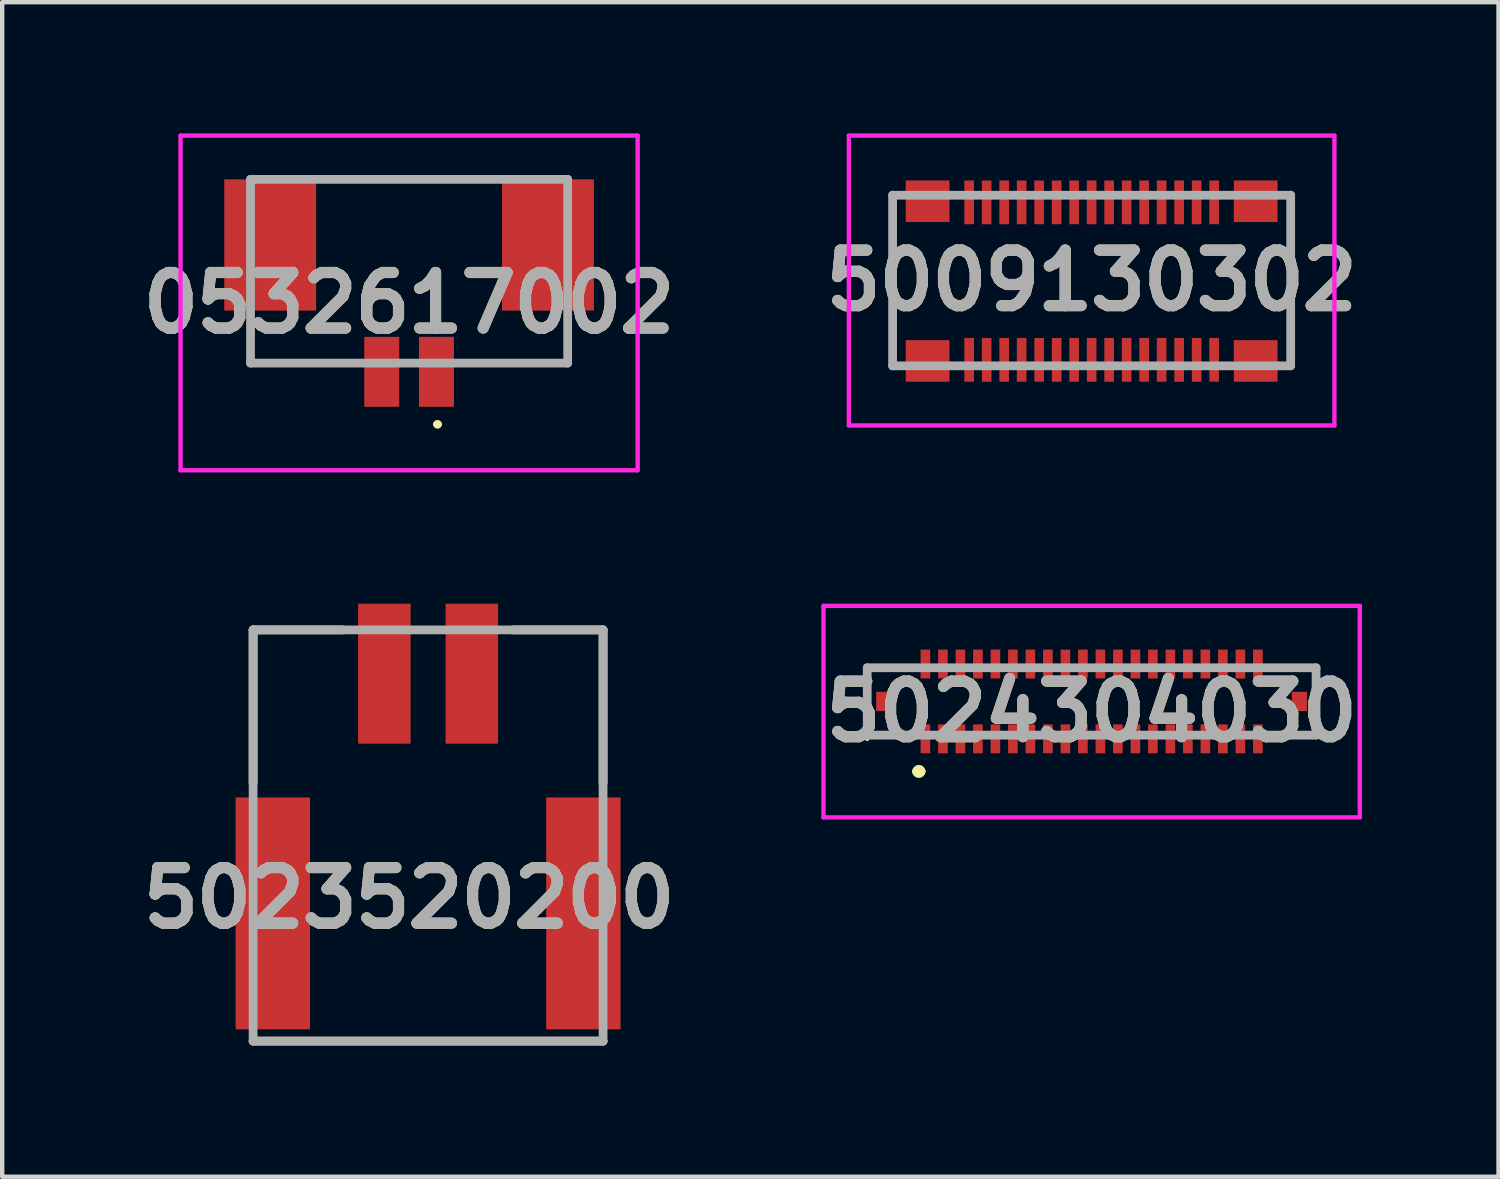
<source format=kicad_pcb>
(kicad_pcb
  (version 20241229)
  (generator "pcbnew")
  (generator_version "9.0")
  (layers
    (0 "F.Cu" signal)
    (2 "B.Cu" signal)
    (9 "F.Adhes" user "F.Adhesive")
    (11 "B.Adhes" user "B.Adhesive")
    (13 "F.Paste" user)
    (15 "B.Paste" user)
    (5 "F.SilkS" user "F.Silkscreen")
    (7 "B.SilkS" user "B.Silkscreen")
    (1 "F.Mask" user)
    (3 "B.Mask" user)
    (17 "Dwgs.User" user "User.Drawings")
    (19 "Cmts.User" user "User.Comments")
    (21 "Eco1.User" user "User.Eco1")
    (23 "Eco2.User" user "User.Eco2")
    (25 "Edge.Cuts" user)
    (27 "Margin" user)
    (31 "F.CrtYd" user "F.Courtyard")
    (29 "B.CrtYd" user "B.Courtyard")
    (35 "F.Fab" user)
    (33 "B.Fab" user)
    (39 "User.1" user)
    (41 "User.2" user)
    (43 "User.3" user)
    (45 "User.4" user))
  (footprint "5024304030"
    (layer "F.Cu")
    (at 21.905 12.985)
    (property "Reference" "5024304030" (at 0 0.232 0) (layer "F.SilkS") (effects (font (size 1.27 1.27) (thickness 0.254))))
    (attr smd)
    (fp_line (start -5.13 -0.77) (end -5.13 0.855) (stroke (width 0.1) (type solid)) (layer "F.SilkS"))
    (fp_line (start -4 -0.77) (end -5.13 -0.77) (stroke (width 0.1) (type solid)) (layer "F.SilkS"))
    (fp_line (start -4 0.77) (end -5.13 0.77) (stroke (width 0.1) (type solid)) (layer "F.SilkS"))
    (fp_line (start -4 1.6) (end -4 1.6) (stroke (width 0.2) (type solid)) (layer "F.SilkS"))
    (fp_line (start -3.9 1.6) (end -3.9 1.6) (stroke (width 0.2) (type solid)) (layer "F.SilkS"))
    (fp_line (start 4 -0.77) (end 5.13 -0.77) (stroke (width 0.1) (type solid)) (layer "F.SilkS"))
    (fp_line (start 5.13 -0.77) (end 5.13 0.77) (stroke (width 0.1) (type solid)) (layer "F.SilkS"))
    (fp_line (start 5.13 0.77) (end 4 0.77) (stroke (width 0.1) (type solid)) (layer "F.SilkS"))
    (fp_arc (start -4 1.6) (mid -3.95 1.55) (end -3.9 1.6) (stroke (width 0.2) (type solid)) (layer "F.SilkS"))
    (fp_arc (start -3.9 1.6) (mid -3.95 1.65) (end -4 1.6) (stroke (width 0.2) (type solid)) (layer "F.SilkS"))
    (fp_line (start -6.13 -2.185) (end 6.13 -2.185) (stroke (width 0.1) (type solid)) (layer "F.CrtYd"))
    (fp_line (start -6.13 2.65) (end -6.13 -2.185) (stroke (width 0.1) (type solid)) (layer "F.CrtYd"))
    (fp_line (start 6.13 -2.185) (end 6.13 2.65) (stroke (width 0.1) (type solid)) (layer "F.CrtYd"))
    (fp_line (start 6.13 2.65) (end -6.13 2.65) (stroke (width 0.1) (type solid)) (layer "F.CrtYd"))
    (fp_line (start -5.13 -0.77) (end 5.13 -0.77) (stroke (width 0.2) (type solid)) (layer "F.Fab"))
    (fp_line (start -5.13 0.77) (end -5.13 -0.77) (stroke (width 0.2) (type solid)) (layer "F.Fab"))
    (fp_line (start 5.13 -0.77) (end 5.13 0.77) (stroke (width 0.2) (type solid)) (layer "F.Fab"))
    (fp_line (start 5.13 0.77) (end -5.13 0.77) (stroke (width 0.2) (type solid)) (layer "F.Fab"))
    (fp_text user "${REFERENCE}" (at 0 0.232 0) (layer "F.Fab") (effects (font (size 1.27 1.27) (thickness 0.254))))
    (pad "1" smd rect (at -3.8 0.855) (size 0.22 0.66) (layers "F.Cu" "F.Mask" "F.Paste"))
    (pad "2" smd rect (at -3.8 -0.855) (size 0.22 0.66) (layers "F.Cu" "F.Mask" "F.Paste"))
    (pad "3" smd rect (at -3.4 0.855) (size 0.22 0.66) (layers "F.Cu" "F.Mask" "F.Paste"))
    (pad "4" smd rect (at -3.4 -0.855) (size 0.22 0.66) (layers "F.Cu" "F.Mask" "F.Paste"))
    (pad "5" smd rect (at -3 0.855) (size 0.22 0.66) (layers "F.Cu" "F.Mask" "F.Paste"))
    (pad "6" smd rect (at -3 -0.855) (size 0.22 0.66) (layers "F.Cu" "F.Mask" "F.Paste"))
    (pad "7" smd rect (at -2.6 0.855) (size 0.22 0.66) (layers "F.Cu" "F.Mask" "F.Paste"))
    (pad "8" smd rect (at -2.6 -0.855) (size 0.22 0.66) (layers "F.Cu" "F.Mask" "F.Paste"))
    (pad "9" smd rect (at -2.2 0.855) (size 0.22 0.66) (layers "F.Cu" "F.Mask" "F.Paste"))
    (pad "10" smd rect (at -2.2 -0.855) (size 0.22 0.66) (layers "F.Cu" "F.Mask" "F.Paste"))
    (pad "11" smd rect (at -1.8 0.855) (size 0.22 0.66) (layers "F.Cu" "F.Mask" "F.Paste"))
    (pad "12" smd rect (at -1.8 -0.855) (size 0.22 0.66) (layers "F.Cu" "F.Mask" "F.Paste"))
    (pad "13" smd rect (at -1.4 0.855) (size 0.22 0.66) (layers "F.Cu" "F.Mask" "F.Paste"))
    (pad "14" smd rect (at -1.4 -0.855) (size 0.22 0.66) (layers "F.Cu" "F.Mask" "F.Paste"))
    (pad "15" smd rect (at -1 0.855) (size 0.22 0.66) (layers "F.Cu" "F.Mask" "F.Paste"))
    (pad "16" smd rect (at -1 -0.855) (size 0.22 0.66) (layers "F.Cu" "F.Mask" "F.Paste"))
    (pad "17" smd rect (at -0.6 0.855) (size 0.22 0.66) (layers "F.Cu" "F.Mask" "F.Paste"))
    (pad "18" smd rect (at -0.6 -0.855) (size 0.22 0.66) (layers "F.Cu" "F.Mask" "F.Paste"))
    (pad "19" smd rect (at -0.2 0.855) (size 0.22 0.66) (layers "F.Cu" "F.Mask" "F.Paste"))
    (pad "20" smd rect (at -0.2 -0.855) (size 0.22 0.66) (layers "F.Cu" "F.Mask" "F.Paste"))
    (pad "21" smd rect (at 0.2 0.855) (size 0.22 0.66) (layers "F.Cu" "F.Mask" "F.Paste"))
    (pad "22" smd rect (at 0.2 -0.855) (size 0.22 0.66) (layers "F.Cu" "F.Mask" "F.Paste"))
    (pad "23" smd rect (at 0.6 0.855) (size 0.22 0.66) (layers "F.Cu" "F.Mask" "F.Paste"))
    (pad "24" smd rect (at 0.6 -0.855) (size 0.22 0.66) (layers "F.Cu" "F.Mask" "F.Paste"))
    (pad "25" smd rect (at 1 0.855) (size 0.22 0.66) (layers "F.Cu" "F.Mask" "F.Paste"))
    (pad "26" smd rect (at 1 -0.855) (size 0.22 0.66) (layers "F.Cu" "F.Mask" "F.Paste"))
    (pad "27" smd rect (at 1.4 0.855) (size 0.22 0.66) (layers "F.Cu" "F.Mask" "F.Paste"))
    (pad "28" smd rect (at 1.4 -0.855) (size 0.22 0.66) (layers "F.Cu" "F.Mask" "F.Paste"))
    (pad "29" smd rect (at 1.8 0.855) (size 0.22 0.66) (layers "F.Cu" "F.Mask" "F.Paste"))
    (pad "30" smd rect (at 1.8 -0.855) (size 0.22 0.66) (layers "F.Cu" "F.Mask" "F.Paste"))
    (pad "31" smd rect (at 2.2 0.855) (size 0.22 0.66) (layers "F.Cu" "F.Mask" "F.Paste"))
    (pad "32" smd rect (at 2.2 -0.855) (size 0.22 0.66) (layers "F.Cu" "F.Mask" "F.Paste"))
    (pad "33" smd rect (at 2.6 0.855) (size 0.22 0.66) (layers "F.Cu" "F.Mask" "F.Paste"))
    (pad "34" smd rect (at 2.6 -0.855) (size 0.22 0.66) (layers "F.Cu" "F.Mask" "F.Paste"))
    (pad "35" smd rect (at 3 0.855) (size 0.22 0.66) (layers "F.Cu" "F.Mask" "F.Paste"))
    (pad "36" smd rect (at 3 -0.855) (size 0.22 0.66) (layers "F.Cu" "F.Mask" "F.Paste"))
    (pad "37" smd rect (at 3.4 0.855) (size 0.22 0.66) (layers "F.Cu" "F.Mask" "F.Paste"))
    (pad "38" smd rect (at 3.4 -0.855) (size 0.22 0.66) (layers "F.Cu" "F.Mask" "F.Paste"))
    (pad "39" smd rect (at 3.8 0.855) (size 0.22 0.66) (layers "F.Cu" "F.Mask" "F.Paste"))
    (pad "40" smd rect (at 3.8 -0.855) (size 0.22 0.66) (layers "F.Cu" "F.Mask" "F.Paste"))
    (pad "MP1" smd rect (at -4.75 0) (size 0.35 0.44) (layers "F.Cu" "F.Mask" "F.Paste"))
    (pad "MP2" smd rect (at 4.75 0) (size 0.35 0.44) (layers "F.Cu" "F.Mask" "F.Paste")))
  (footprint "0532617002"
    (layer "F.Cu")
    (at 6.302 3.25)
    (property "Reference" "0532617002" (at 0 0.625 0) (layer "F.SilkS") (effects (font (size 1.27 1.27) (thickness 0.254))))
    (attr smd)
    (fp_line (start -3.625 1) (end -3.625 2) (stroke (width 0.1) (type solid)) (layer "F.SilkS"))
    (fp_line (start -3.625 2) (end -1.4 2) (stroke (width 0.1) (type solid)) (layer "F.SilkS"))
    (fp_line (start -1.8 -2.2) (end 1.8 -2.2) (stroke (width 0.1) (type solid)) (layer "F.SilkS"))
    (fp_line (start 0.6 3.4) (end 0.6 3.4) (stroke (width 0.1) (type solid)) (layer "F.SilkS"))
    (fp_line (start 0.7 3.4) (end 0.7 3.4) (stroke (width 0.1) (type solid)) (layer "F.SilkS"))
    (fp_line (start 1.4 2) (end 3.625 2) (stroke (width 0.1) (type solid)) (layer "F.SilkS"))
    (fp_line (start 3.625 2) (end 3.625 1) (stroke (width 0.1) (type solid)) (layer "F.SilkS"))
    (fp_arc (start 0.6 3.4) (mid 0.65 3.35) (end 0.7 3.4) (stroke (width 0.1) (type solid)) (layer "F.SilkS"))
    (fp_arc (start 0.7 3.4) (mid 0.65 3.45) (end 0.6 3.4) (stroke (width 0.1) (type solid)) (layer "F.SilkS"))
    (fp_line (start -5.225 -3.2) (end 5.225 -3.2) (stroke (width 0.1) (type solid)) (layer "F.CrtYd"))
    (fp_line (start -5.225 4.45) (end -5.225 -3.2) (stroke (width 0.1) (type solid)) (layer "F.CrtYd"))
    (fp_line (start 5.225 -3.2) (end 5.225 4.45) (stroke (width 0.1) (type solid)) (layer "F.CrtYd"))
    (fp_line (start 5.225 4.45) (end -5.225 4.45) (stroke (width 0.1) (type solid)) (layer "F.CrtYd"))
    (fp_line (start -3.625 -2.2) (end 3.625 -2.2) (stroke (width 0.2) (type solid)) (layer "F.Fab"))
    (fp_line (start -3.625 2) (end -3.625 -2.2) (stroke (width 0.2) (type solid)) (layer "F.Fab"))
    (fp_line (start 3.625 -2.2) (end 3.625 2) (stroke (width 0.2) (type solid)) (layer "F.Fab"))
    (fp_line (start 3.625 2) (end -3.625 2) (stroke (width 0.2) (type solid)) (layer "F.Fab"))
    (fp_text user "${REFERENCE}" (at 0 0.625 0) (layer "F.Fab") (effects (font (size 1.27 1.27) (thickness 0.254))))
    (pad "1" smd rect (at 0.625 2.2) (size 0.8 1.6) (layers "F.Cu" "F.Mask" "F.Paste"))
    (pad "2" smd rect (at -0.625 2.2) (size 0.8 1.6) (layers "F.Cu" "F.Mask" "F.Paste"))
    (pad "MP1" smd rect (at 3.175 -0.7) (size 2.1 3) (layers "F.Cu" "F.Mask" "F.Paste"))
    (pad "MP2" smd rect (at -3.175 -0.7) (size 2.1 3) (layers "F.Cu" "F.Mask" "F.Paste")))
  (footprint "5009130302"
    (layer "F.Cu")
    (at 21.905 3.376)
    (property "Reference" "5009130302" (at 0 -0.013 0) (layer "F.SilkS") (effects (font (size 1.27 1.27) (thickness 0.254))))
    (attr smd)
    (fp_line (start -4.55 -2.013) (end -4.55 1.937) (stroke (width 0.1) (type solid)) (layer "F.SilkS"))
    (fp_line (start 4.55 -2.013) (end 4.55 1.937) (stroke (width 0.1) (type solid)) (layer "F.SilkS"))
    (fp_line (start -5.55 -3.326) (end 5.55 -3.326) (stroke (width 0.1) (type solid)) (layer "F.CrtYd"))
    (fp_line (start -5.55 3.3) (end -5.55 -3.326) (stroke (width 0.1) (type solid)) (layer "F.CrtYd"))
    (fp_line (start 5.55 -3.326) (end 5.55 3.3) (stroke (width 0.1) (type solid)) (layer "F.CrtYd"))
    (fp_line (start 5.55 3.3) (end -5.55 3.3) (stroke (width 0.1) (type solid)) (layer "F.CrtYd"))
    (fp_line (start -4.55 -1.963) (end 4.55 -1.963) (stroke (width 0.2) (type solid)) (layer "F.Fab"))
    (fp_line (start -4.55 1.937) (end -4.55 -1.963) (stroke (width 0.2) (type solid)) (layer "F.Fab"))
    (fp_line (start 4.55 -1.963) (end 4.55 1.937) (stroke (width 0.2) (type solid)) (layer "F.Fab"))
    (fp_line (start 4.55 1.937) (end -4.55 1.937) (stroke (width 0.2) (type solid)) (layer "F.Fab"))
    (fp_text user "${REFERENCE}" (at 0 -0.013 0) (layer "F.Fab") (effects (font (size 1.27 1.27) (thickness 0.254))))
    (pad "1" smd rect (at -2.8 1.8) (size 0.22 1) (layers "F.Cu" "F.Mask" "F.Paste"))
    (pad "2" smd rect (at -2.8 -1.8) (size 0.22 1) (layers "F.Cu" "F.Mask" "F.Paste"))
    (pad "3" smd rect (at -2.4 1.8) (size 0.22 1) (layers "F.Cu" "F.Mask" "F.Paste"))
    (pad "4" smd rect (at -2.4 -1.8) (size 0.22 1) (layers "F.Cu" "F.Mask" "F.Paste"))
    (pad "5" smd rect (at -2 1.8) (size 0.22 1) (layers "F.Cu" "F.Mask" "F.Paste"))
    (pad "6" smd rect (at -2 -1.8) (size 0.22 1) (layers "F.Cu" "F.Mask" "F.Paste"))
    (pad "7" smd rect (at -1.6 1.8) (size 0.22 1) (layers "F.Cu" "F.Mask" "F.Paste"))
    (pad "8" smd rect (at -1.6 -1.8) (size 0.22 1) (layers "F.Cu" "F.Mask" "F.Paste"))
    (pad "9" smd rect (at -1.2 1.8) (size 0.22 1) (layers "F.Cu" "F.Mask" "F.Paste"))
    (pad "10" smd rect (at -1.2 -1.8) (size 0.22 1) (layers "F.Cu" "F.Mask" "F.Paste"))
    (pad "11" smd rect (at -0.8 1.8) (size 0.22 1) (layers "F.Cu" "F.Mask" "F.Paste"))
    (pad "12" smd rect (at -0.8 -1.8) (size 0.22 1) (layers "F.Cu" "F.Mask" "F.Paste"))
    (pad "13" smd rect (at -0.4 1.8) (size 0.22 1) (layers "F.Cu" "F.Mask" "F.Paste"))
    (pad "14" smd rect (at -0.4 -1.8) (size 0.22 1) (layers "F.Cu" "F.Mask" "F.Paste"))
    (pad "15" smd rect (at 0 1.8) (size 0.22 1) (layers "F.Cu" "F.Mask" "F.Paste"))
    (pad "16" smd rect (at 0 -1.8) (size 0.22 1) (layers "F.Cu" "F.Mask" "F.Paste"))
    (pad "17" smd rect (at 0.4 1.8) (size 0.22 1) (layers "F.Cu" "F.Mask" "F.Paste"))
    (pad "18" smd rect (at 0.4 -1.8) (size 0.22 1) (layers "F.Cu" "F.Mask" "F.Paste"))
    (pad "19" smd rect (at 0.8 1.8) (size 0.22 1) (layers "F.Cu" "F.Mask" "F.Paste"))
    (pad "20" smd rect (at 0.8 -1.8) (size 0.22 1) (layers "F.Cu" "F.Mask" "F.Paste"))
    (pad "21" smd rect (at 1.2 1.8) (size 0.22 1) (layers "F.Cu" "F.Mask" "F.Paste"))
    (pad "22" smd rect (at 1.2 -1.8) (size 0.22 1) (layers "F.Cu" "F.Mask" "F.Paste"))
    (pad "23" smd rect (at 1.6 1.8) (size 0.22 1) (layers "F.Cu" "F.Mask" "F.Paste"))
    (pad "24" smd rect (at 1.6 -1.8) (size 0.22 1) (layers "F.Cu" "F.Mask" "F.Paste"))
    (pad "25" smd rect (at 2 1.8) (size 0.22 1) (layers "F.Cu" "F.Mask" "F.Paste"))
    (pad "26" smd rect (at 2 -1.8) (size 0.22 1) (layers "F.Cu" "F.Mask" "F.Paste"))
    (pad "27" smd rect (at 2.4 1.8) (size 0.22 1) (layers "F.Cu" "F.Mask" "F.Paste"))
    (pad "28" smd rect (at 2.4 -1.8) (size 0.22 1) (layers "F.Cu" "F.Mask" "F.Paste"))
    (pad "29" smd rect (at 2.8 1.8) (size 0.22 1) (layers "F.Cu" "F.Mask" "F.Paste"))
    (pad "30" smd rect (at 2.8 -1.8) (size 0.22 1) (layers "F.Cu" "F.Mask" "F.Paste"))
    (pad "MP1" smd rect (at -3.75 1.825 90) (size 0.95 1) (layers "F.Cu" "F.Mask" "F.Paste"))
    (pad "MP2" smd rect (at -3.75 -1.825 90) (size 0.95 1) (layers "F.Cu" "F.Mask" "F.Paste"))
    (pad "MP3" smd rect (at 3.75 1.825 90) (size 0.95 1) (layers "F.Cu" "F.Mask" "F.Paste"))
    (pad "MP4" smd rect (at 3.75 -1.825 90) (size 0.95 1) (layers "F.Cu" "F.Mask" "F.Paste")))
  (footprint "5023520200"
    (layer "F.Cu")
    (at 6.736 11.35)
    (property "Reference" "5023520200" (at -0.434 6.129 0) (layer "F.SilkS") (effects (font (size 1.27 1.27) (thickness 0.254))))
    (attr smd)
    (fp_line (start -4 0) (end -4 3.5) (stroke (width 0.2) (type solid)) (layer "F.SilkS"))
    (fp_line (start -4 0) (end -1.95 0) (stroke (width 0.2) (type solid)) (layer "F.SilkS"))
    (fp_line (start -4 9.4) (end 4 9.4) (stroke (width 0.2) (type solid)) (layer "F.SilkS"))
    (fp_line (start 4 0) (end 1.95 0) (stroke (width 0.2) (type solid)) (layer "F.SilkS"))
    (fp_line (start 4 0) (end 4 3.5) (stroke (width 0.2) (type solid)) (layer "F.SilkS"))
    (fp_line (start -4 0) (end 4 0) (stroke (width 0.2) (type solid)) (layer "F.Fab"))
    (fp_line (start -4 9.4) (end -4 0) (stroke (width 0.2) (type solid)) (layer "F.Fab"))
    (fp_line (start 4 0) (end 4 9.4) (stroke (width 0.2) (type solid)) (layer "F.Fab"))
    (fp_line (start 4 9.4) (end -4 9.4) (stroke (width 0.2) (type solid)) (layer "F.Fab"))
    (fp_text user "${REFERENCE}" (at -0.434 6.129 0) (layer "F.Fab") (effects (font (size 1.27 1.27) (thickness 0.254))))
    (pad "1" smd rect (at -1 1) (size 1.2 3.2) (layers "F.Cu" "F.Mask" "F.Paste"))
    (pad "2" smd rect (at 1 1) (size 1.2 3.2) (layers "F.Cu" "F.Mask" "F.Paste"))
    (pad "3" smd rect (at -3.55 6.48) (size 1.7 5.3) (layers "F.Cu" "F.Mask" "F.Paste"))
    (pad "4" smd rect (at 3.55 6.48) (size 1.7 5.3) (layers "F.Cu" "F.Mask" "F.Paste")))
  (gr_rect
    (start -3 -3)
    (end 31.206 23.85)
    (stroke (width 0.1) (type default))
    (fill no)
    (layer "Edge.Cuts")))
</source>
